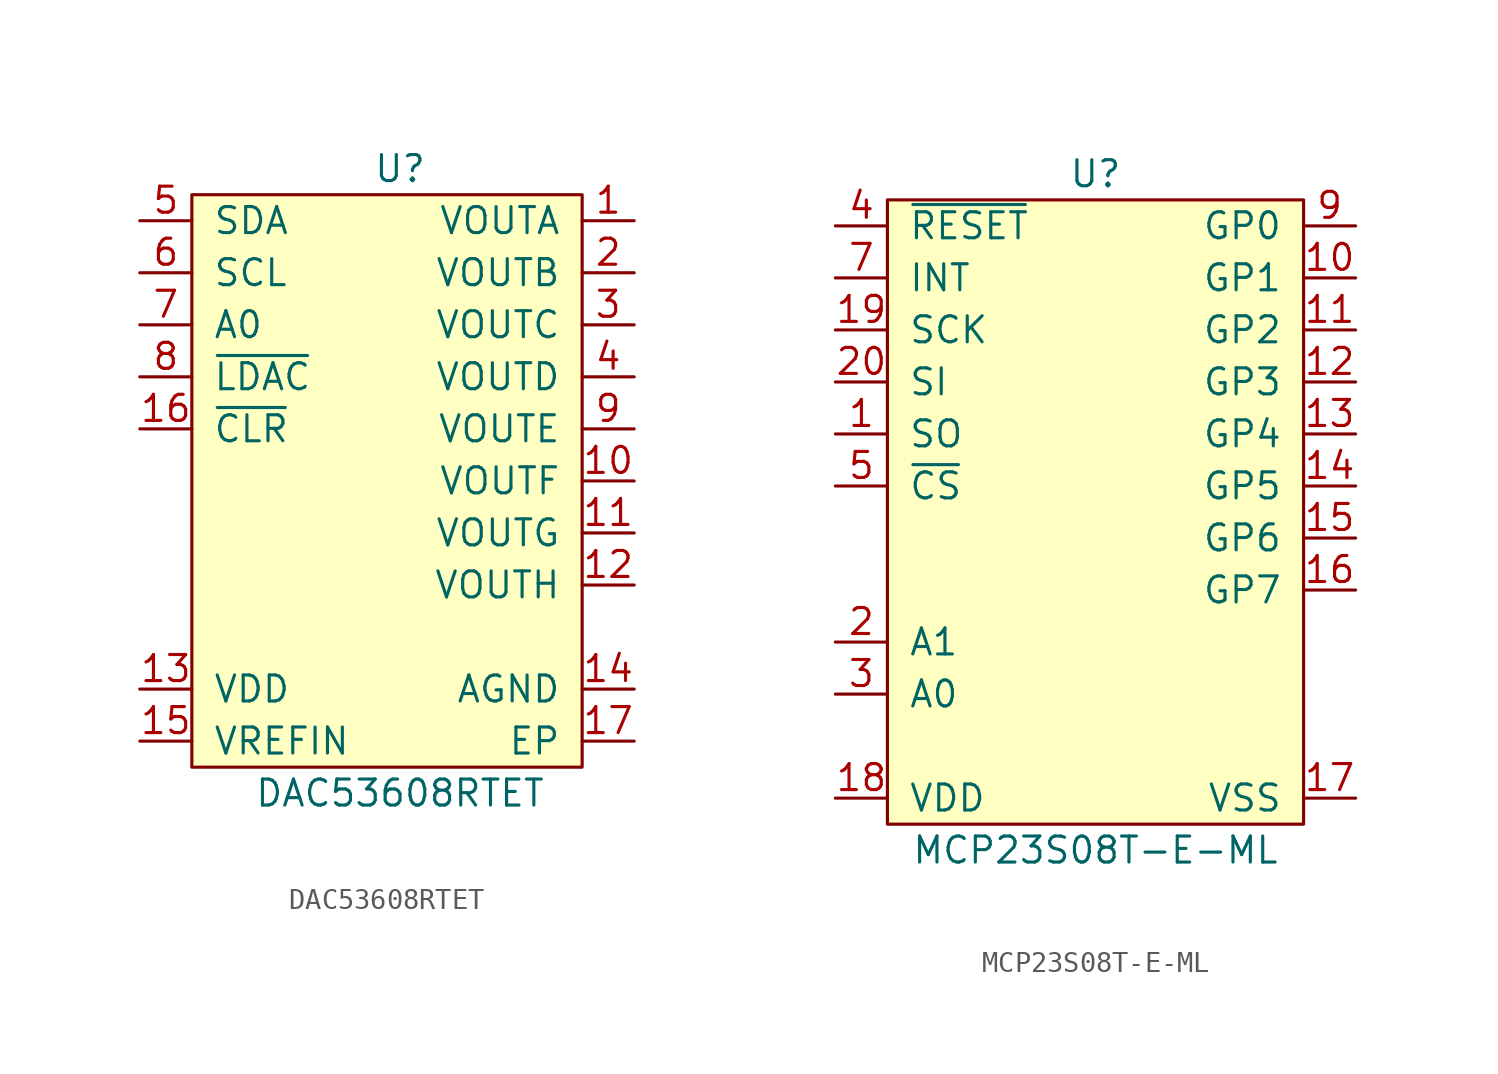
<source format=kicad_sym>
(kicad_symbol_lib
  (version 20211014)
  (generator kicad_symbol_editor)
  (symbol "DAC53608RTET"
    (pin_names
      (offset 1.016))
    (property "Reference" "U"
      (at 1.27 17.78 0)
      (effects (font (size 1.27 1.27))))
    (property "Value" "DAC53608RTET"
      (at 1.27 -12.7 0)
      (effects (font (size 1.27 1.27))))
    (symbol "DAC53608RTET_0_1"
      (rectangle (start -8.89 16.51) (end 10.16 -11.43) (stroke (width 0) (type default) (color 0 0 0 0)) (fill (type background))))
    (symbol "DAC53608RTET_1_1"
      (pin passive line (at 12.7 15.24 180) (length 2.54) (name "VOUTA" (effects (font (size 1.27 1.27)))) (number "1" (effects (font (size 1.27 1.27)))))
      (pin passive line (at 12.7 2.54 180) (length 2.54) (name "VOUTF" (effects (font (size 1.27 1.27)))) (number "10" (effects (font (size 1.27 1.27)))))
      (pin passive line (at 12.7 0 180) (length 2.54) (name "VOUTG" (effects (font (size 1.27 1.27)))) (number "11" (effects (font (size 1.27 1.27)))))
      (pin passive line (at 12.7 -2.54 180) (length 2.54) (name "VOUTH" (effects (font (size 1.27 1.27)))) (number "12" (effects (font (size 1.27 1.27)))))
      (pin passive line (at -11.43 -7.62 0) (length 2.54) (name "VDD" (effects (font (size 1.27 1.27)))) (number "13" (effects (font (size 1.27 1.27)))))
      (pin passive line (at 12.7 -7.62 180) (length 2.54) (name "AGND" (effects (font (size 1.27 1.27)))) (number "14" (effects (font (size 1.27 1.27)))))
      (pin passive line (at -11.43 -10.16 0) (length 2.54) (name "VREFIN" (effects (font (size 1.27 1.27)))) (number "15" (effects (font (size 1.27 1.27)))))
      (pin passive line (at -11.43 5.08 0) (length 2.54) (name "~{CLR}" (effects (font (size 1.27 1.27)))) (number "16" (effects (font (size 1.27 1.27)))))
      (pin passive line (at 12.7 -10.16 180) (length 2.54) (name "EP" (effects (font (size 1.27 1.27)))) (number "17" (effects (font (size 1.27 1.27)))))
      (pin passive line (at 12.7 12.7 180) (length 2.54) (name "VOUTB" (effects (font (size 1.27 1.27)))) (number "2" (effects (font (size 1.27 1.27)))))
      (pin passive line (at 12.7 10.16 180) (length 2.54) (name "VOUTC" (effects (font (size 1.27 1.27)))) (number "3" (effects (font (size 1.27 1.27)))))
      (pin passive line (at 12.7 7.62 180) (length 2.54) (name "VOUTD" (effects (font (size 1.27 1.27)))) (number "4" (effects (font (size 1.27 1.27)))))
      (pin passive line (at -11.43 15.24 0) (length 2.54) (name "SDA" (effects (font (size 1.27 1.27)))) (number "5" (effects (font (size 1.27 1.27)))))
      (pin passive line (at -11.43 12.7 0) (length 2.54) (name "SCL" (effects (font (size 1.27 1.27)))) (number "6" (effects (font (size 1.27 1.27)))))
      (pin passive line (at -11.43 10.16 0) (length 2.54) (name "A0" (effects (font (size 1.27 1.27)))) (number "7" (effects (font (size 1.27 1.27)))))
      (pin passive line (at -11.43 7.62 0) (length 2.54) (name "~{LDAC}" (effects (font (size 1.27 1.27)))) (number "8" (effects (font (size 1.27 1.27)))))
      (pin passive line (at 12.7 5.08 180) (length 2.54) (name "VOUTE" (effects (font (size 1.27 1.27)))) (number "9" (effects (font (size 1.27 1.27)))))))
  (symbol "MCP23S08T-E-ML"
    (pin_names
      (offset 1.016))
    (property "Reference" "U"
      (at 0 12.7 0)
      (effects (font (size 1.27 1.27))))
    (property "Value" "MCP23S08T-E-ML"
      (at 0 -20.32 0)
      (effects (font (size 1.27 1.27))))
    (symbol "MCP23S08T-E-ML_0_1"
      (rectangle (start -10.16 11.43) (end 10.16 -19.05) (stroke (width 0) (type default) (color 0 0 0 0)) (fill (type background))))
    (symbol "MCP23S08T-E-ML_1_1"
      (pin passive line (at -12.7 0 0) (length 2.54) (name "SO" (effects (font (size 1.27 1.27)))) (number "1" (effects (font (size 1.27 1.27)))))
      (pin passive line (at 12.7 7.62 180) (length 2.54) (name "GP1" (effects (font (size 1.27 1.27)))) (number "10" (effects (font (size 1.27 1.27)))))
      (pin passive line (at 12.7 5.08 180) (length 2.54) (name "GP2" (effects (font (size 1.27 1.27)))) (number "11" (effects (font (size 1.27 1.27)))))
      (pin passive line (at 12.7 2.54 180) (length 2.54) (name "GP3" (effects (font (size 1.27 1.27)))) (number "12" (effects (font (size 1.27 1.27)))))
      (pin passive line (at 12.7 0 180) (length 2.54) (name "GP4" (effects (font (size 1.27 1.27)))) (number "13" (effects (font (size 1.27 1.27)))))
      (pin passive line (at 12.7 -2.54 180) (length 2.54) (name "GP5" (effects (font (size 1.27 1.27)))) (number "14" (effects (font (size 1.27 1.27)))))
      (pin passive line (at 12.7 -5.08 180) (length 2.54) (name "GP6" (effects (font (size 1.27 1.27)))) (number "15" (effects (font (size 1.27 1.27)))))
      (pin passive line (at 12.7 -7.62 180) (length 2.54) (name "GP7" (effects (font (size 1.27 1.27)))) (number "16" (effects (font (size 1.27 1.27)))))
      (pin passive line (at 12.7 -17.78 180) (length 2.54) (name "VSS" (effects (font (size 1.27 1.27)))) (number "17" (effects (font (size 1.27 1.27)))))
      (pin passive line (at -12.7 -17.78 0) (length 2.54) (name "VDD" (effects (font (size 1.27 1.27)))) (number "18" (effects (font (size 1.27 1.27)))))
      (pin passive line (at -12.7 5.08 0) (length 2.54) (name "SCK" (effects (font (size 1.27 1.27)))) (number "19" (effects (font (size 1.27 1.27)))))
      (pin passive line (at -12.7 -10.16 0) (length 2.54) (name "A1" (effects (font (size 1.27 1.27)))) (number "2" (effects (font (size 1.27 1.27)))))
      (pin passive line (at -12.7 2.54 0) (length 2.54) (name "SI" (effects (font (size 1.27 1.27)))) (number "20" (effects (font (size 1.27 1.27)))))
      (pin passive line (at -12.7 -12.7 0) (length 2.54) (name "A0" (effects (font (size 1.27 1.27)))) (number "3" (effects (font (size 1.27 1.27)))))
      (pin passive line (at -12.7 10.16 0) (length 2.54) (name "~{RESET}" (effects (font (size 1.27 1.27)))) (number "4" (effects (font (size 1.27 1.27)))))
      (pin passive line (at -12.7 -2.54 0) (length 2.54) (name "~{CS}" (effects (font (size 1.27 1.27)))) (number "5" (effects (font (size 1.27 1.27)))))
      (pin passive line (at -12.7 -5.08 0) (length 2.54) hide (name "NC" (effects (font (size 1.27 1.27)))) (number "6" (effects (font (size 1.27 1.27)))))
      (pin passive line (at -12.7 7.62 0) (length 2.54) (name "INT" (effects (font (size 1.27 1.27)))) (number "7" (effects (font (size 1.27 1.27)))))
      (pin passive line (at -12.7 -7.62 0) (length 2.54) hide (name "NC" (effects (font (size 1.27 1.27)))) (number "8" (effects (font (size 1.27 1.27)))))
      (pin passive line (at 12.7 10.16 180) (length 2.54) (name "GP0" (effects (font (size 1.27 1.27)))) (number "9" (effects (font (size 1.27 1.27))))))))
</source>
